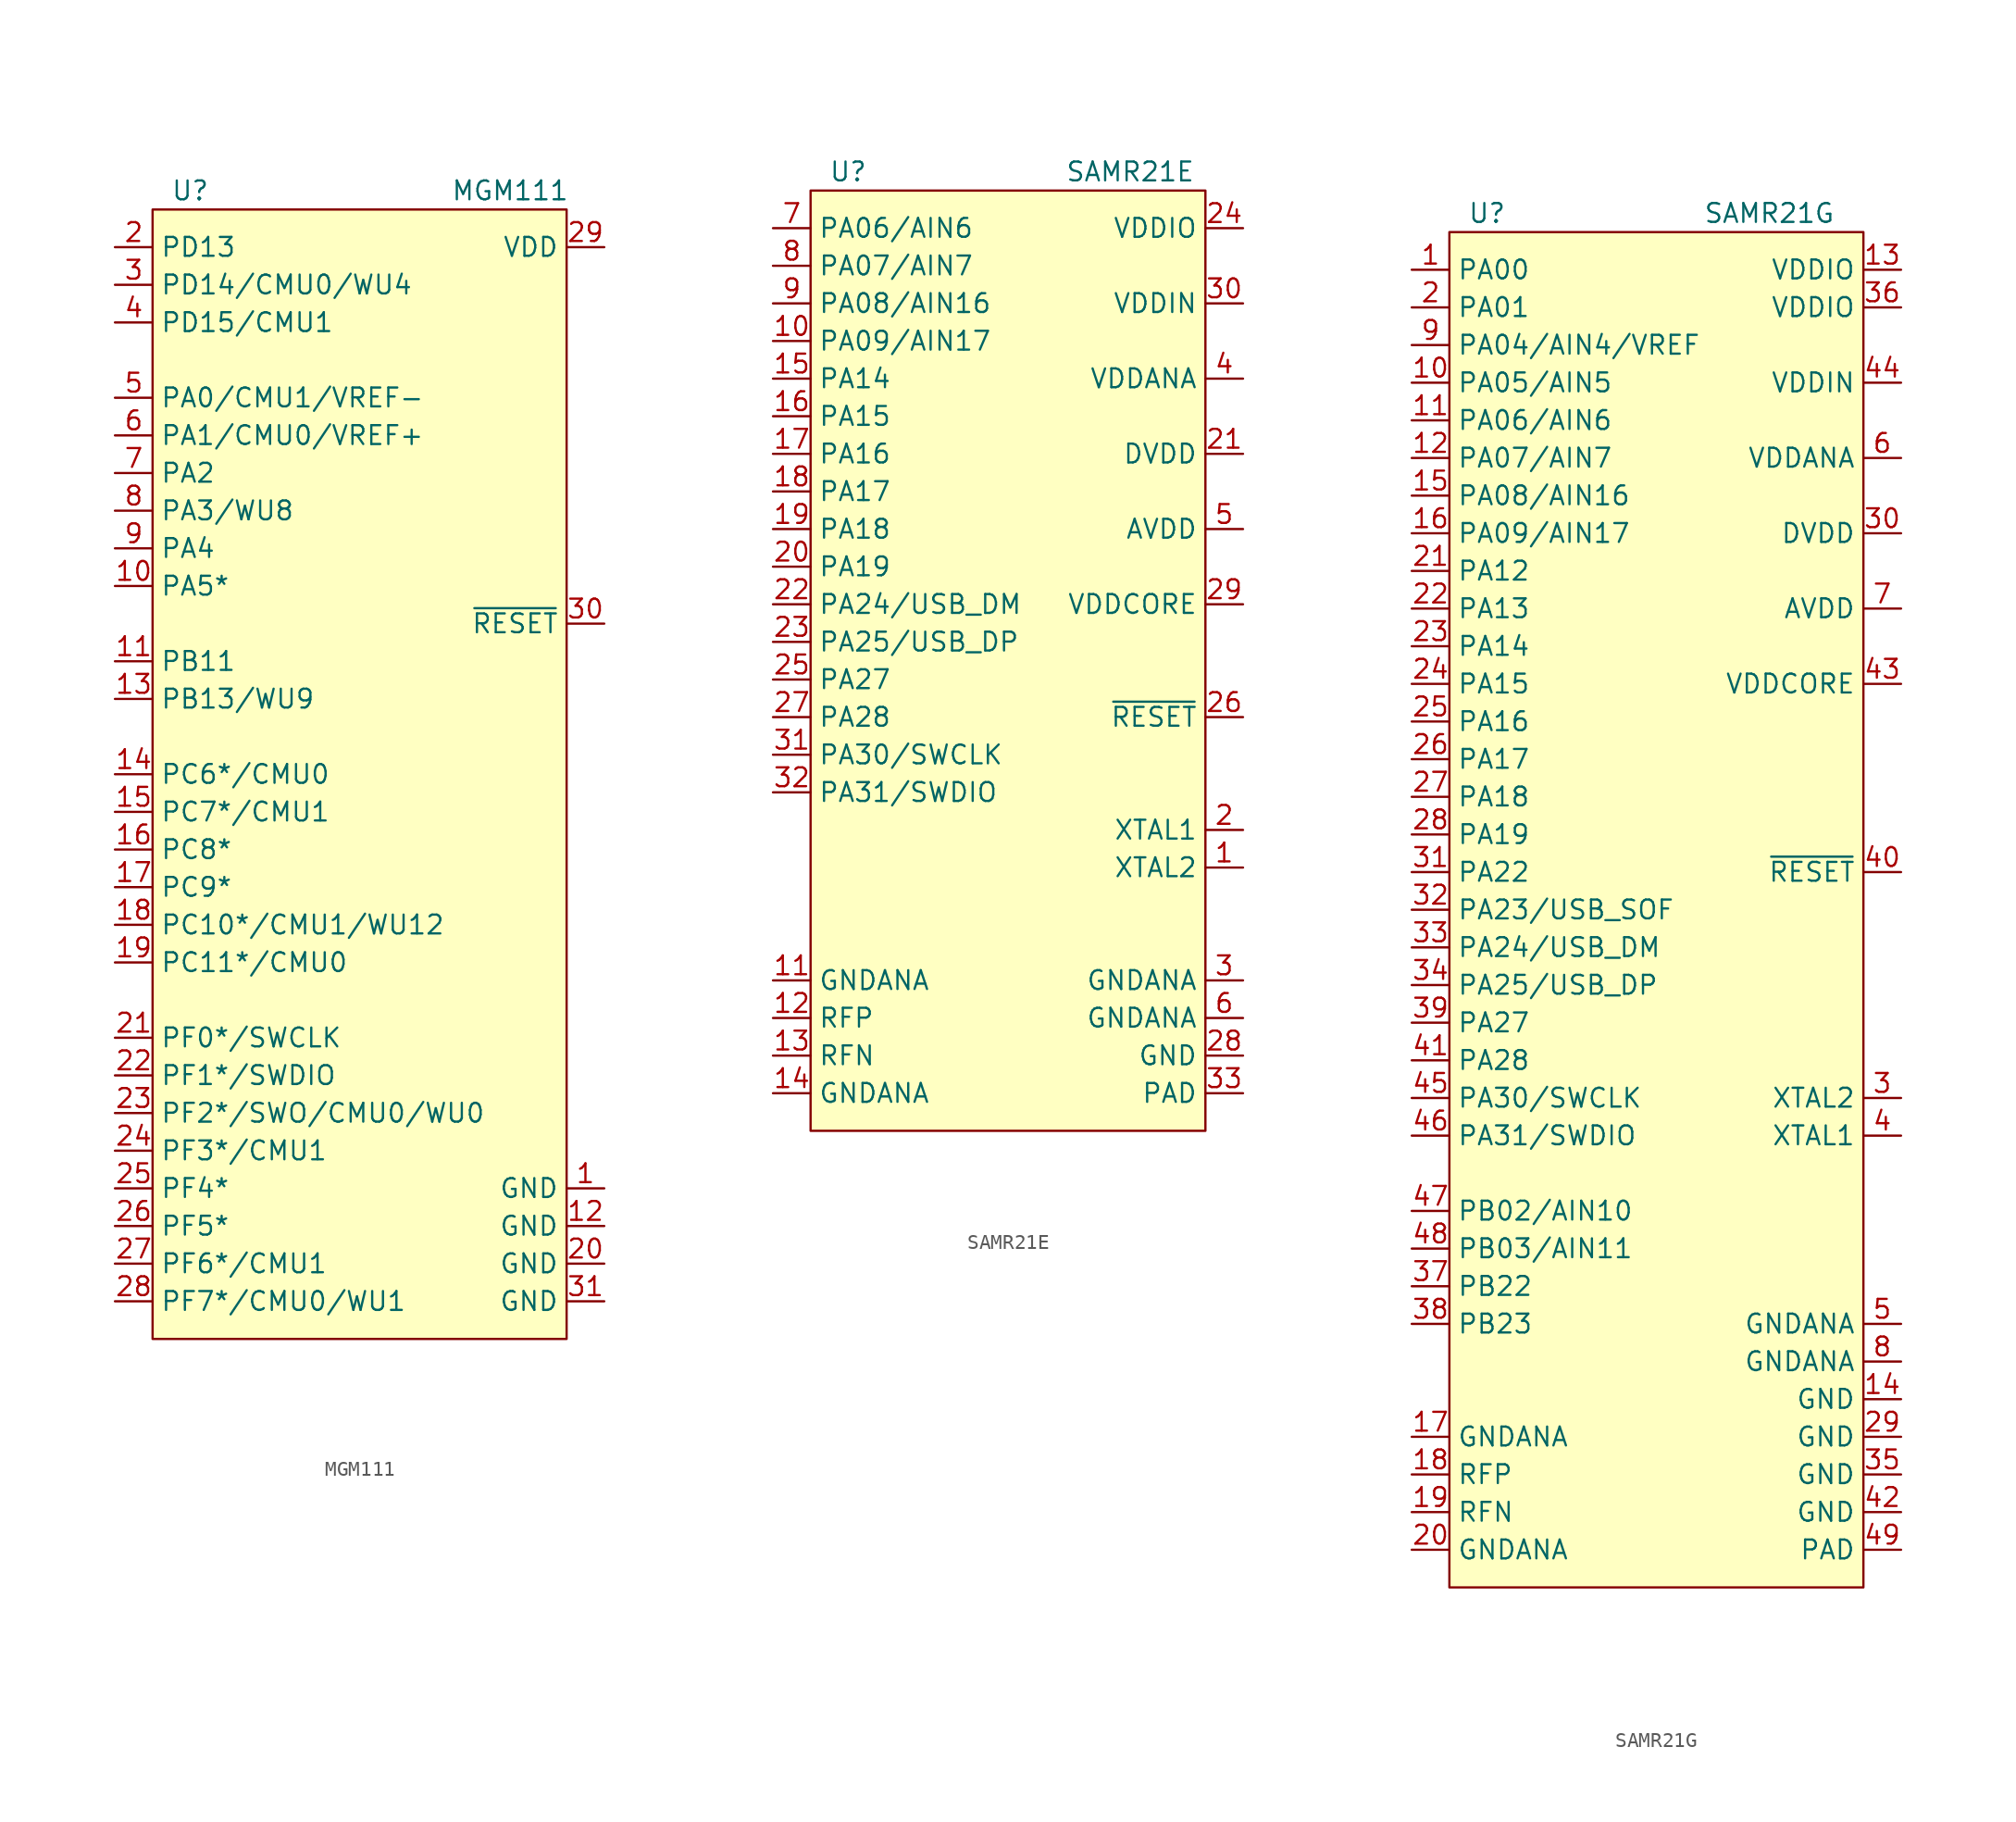
<source format=kicad_sym>
(kicad_symbol_lib
  (version 20220914)
  (generator kicad_symbol_editor)
  (symbol "MGM111"
    (property "Reference" "U"
      (at -11.43 39.37 0)
      (effects (font (size 1.27 1.27))))
    (property "Value" "MGM111"
      (at 10.16 39.37 0)
      (effects (font (size 1.27 1.27))))
    (symbol "MGM111_0_1"
      (rectangle (start -13.97 -38.1) (end 13.97 38.1) (stroke (width 0) (type default)) (fill (type background))))
    (symbol "MGM111_1_1"
      (pin power_in line (at 16.51 -27.94 180) (length 2.54) (name "GND" (effects (font (size 1.27 1.27)))) (number "1" (effects (font (size 1.27 1.27)))))
      (pin bidirectional line (at -16.51 12.7 0) (length 2.54) (name "PA5*" (effects (font (size 1.27 1.27)))) (number "10" (effects (font (size 1.27 1.27)))))
      (pin bidirectional line (at -16.51 7.62 0) (length 2.54) (name "PB11" (effects (font (size 1.27 1.27)))) (number "11" (effects (font (size 1.27 1.27)))))
      (pin power_in line (at 16.51 -30.48 180) (length 2.54) (name "GND" (effects (font (size 1.27 1.27)))) (number "12" (effects (font (size 1.27 1.27)))))
      (pin bidirectional line (at -16.51 5.08 0) (length 2.54) (name "PB13/WU9" (effects (font (size 1.27 1.27)))) (number "13" (effects (font (size 1.27 1.27)))))
      (pin bidirectional line (at -16.51 0 0) (length 2.54) (name "PC6*/CMU0" (effects (font (size 1.27 1.27)))) (number "14" (effects (font (size 1.27 1.27)))))
      (pin bidirectional line (at -16.51 -2.54 0) (length 2.54) (name "PC7*/CMU1" (effects (font (size 1.27 1.27)))) (number "15" (effects (font (size 1.27 1.27)))))
      (pin bidirectional line (at -16.51 -5.08 0) (length 2.54) (name "PC8*" (effects (font (size 1.27 1.27)))) (number "16" (effects (font (size 1.27 1.27)))))
      (pin bidirectional line (at -16.51 -7.62 0) (length 2.54) (name "PC9*" (effects (font (size 1.27 1.27)))) (number "17" (effects (font (size 1.27 1.27)))))
      (pin bidirectional line (at -16.51 -10.16 0) (length 2.54) (name "PC10*/CMU1/WU12" (effects (font (size 1.27 1.27)))) (number "18" (effects (font (size 1.27 1.27)))))
      (pin bidirectional line (at -16.51 -12.7 0) (length 2.54) (name "PC11*/CMU0" (effects (font (size 1.27 1.27)))) (number "19" (effects (font (size 1.27 1.27)))))
      (pin bidirectional line (at -16.51 35.56 0) (length 2.54) (name "PD13" (effects (font (size 1.27 1.27)))) (number "2" (effects (font (size 1.27 1.27)))))
      (pin power_in line (at 16.51 -33.02 180) (length 2.54) (name "GND" (effects (font (size 1.27 1.27)))) (number "20" (effects (font (size 1.27 1.27)))))
      (pin bidirectional line (at -16.51 -17.78 0) (length 2.54) (name "PF0*/SWCLK" (effects (font (size 1.27 1.27)))) (number "21" (effects (font (size 1.27 1.27)))))
      (pin bidirectional line (at -16.51 -20.32 0) (length 2.54) (name "PF1*/SWDIO" (effects (font (size 1.27 1.27)))) (number "22" (effects (font (size 1.27 1.27)))))
      (pin bidirectional line (at -16.51 -22.86 0) (length 2.54) (name "PF2*/SWO/CMU0/WU0" (effects (font (size 1.27 1.27)))) (number "23" (effects (font (size 1.27 1.27)))))
      (pin bidirectional line (at -16.51 -25.4 0) (length 2.54) (name "PF3*/CMU1" (effects (font (size 1.27 1.27)))) (number "24" (effects (font (size 1.27 1.27)))))
      (pin bidirectional line (at -16.51 -27.94 0) (length 2.54) (name "PF4*" (effects (font (size 1.27 1.27)))) (number "25" (effects (font (size 1.27 1.27)))))
      (pin bidirectional line (at -16.51 -30.48 0) (length 2.54) (name "PF5*" (effects (font (size 1.27 1.27)))) (number "26" (effects (font (size 1.27 1.27)))))
      (pin bidirectional line (at -16.51 -33.02 0) (length 2.54) (name "PF6*/CMU1" (effects (font (size 1.27 1.27)))) (number "27" (effects (font (size 1.27 1.27)))))
      (pin bidirectional line (at -16.51 -35.56 0) (length 2.54) (name "PF7*/CMU0/WU1" (effects (font (size 1.27 1.27)))) (number "28" (effects (font (size 1.27 1.27)))))
      (pin power_in line (at 16.51 35.56 180) (length 2.54) (name "VDD" (effects (font (size 1.27 1.27)))) (number "29" (effects (font (size 1.27 1.27)))))
      (pin bidirectional line (at -16.51 33.02 0) (length 2.54) (name "PD14/CMU0/WU4" (effects (font (size 1.27 1.27)))) (number "3" (effects (font (size 1.27 1.27)))))
      (pin input line (at 16.51 10.16 180) (length 2.54) (name "~{RESET}" (effects (font (size 1.27 1.27)))) (number "30" (effects (font (size 1.27 1.27)))))
      (pin power_in line (at 16.51 -35.56 180) (length 2.54) (name "GND" (effects (font (size 1.27 1.27)))) (number "31" (effects (font (size 1.27 1.27)))))
      (pin bidirectional line (at -16.51 30.48 0) (length 2.54) (name "PD15/CMU1" (effects (font (size 1.27 1.27)))) (number "4" (effects (font (size 1.27 1.27)))))
      (pin bidirectional line (at -16.51 25.4 0) (length 2.54) (name "PA0/CMU1/VREF-" (effects (font (size 1.27 1.27)))) (number "5" (effects (font (size 1.27 1.27)))))
      (pin bidirectional line (at -16.51 22.86 0) (length 2.54) (name "PA1/CMU0/VREF+" (effects (font (size 1.27 1.27)))) (number "6" (effects (font (size 1.27 1.27)))))
      (pin bidirectional line (at -16.51 20.32 0) (length 2.54) (name "PA2" (effects (font (size 1.27 1.27)))) (number "7" (effects (font (size 1.27 1.27)))))
      (pin bidirectional line (at -16.51 17.78 0) (length 2.54) (name "PA3/WU8" (effects (font (size 1.27 1.27)))) (number "8" (effects (font (size 1.27 1.27)))))
      (pin bidirectional line (at -16.51 15.24 0) (length 2.54) (name "PA4" (effects (font (size 1.27 1.27)))) (number "9" (effects (font (size 1.27 1.27)))))))
  (symbol "SAMR21E"
    (property "Reference" "U"
      (at -10.16 26.67 0)
      (effects (font (size 1.27 1.27))))
    (property "Value" "SAMR21E"
      (at 8.89 26.67 0)
      (effects (font (size 1.27 1.27))))
    (symbol "SAMR21E_0_1"
      (rectangle (start -12.7 -38.1) (end 13.97 25.4) (stroke (width 0) (type default)) (fill (type background))))
    (symbol "SAMR21E_1_1"
      (pin output line (at 16.51 -20.32 180) (length 2.54) (name "XTAL2" (effects (font (size 1.27 1.27)))) (number "1" (effects (font (size 1.27 1.27)))))
      (pin bidirectional line (at -15.24 15.24 0) (length 2.54) (name "PA09/AIN17" (effects (font (size 1.27 1.27)))) (number "10" (effects (font (size 1.27 1.27)))))
      (pin power_in line (at -15.24 -27.94 0) (length 2.54) (name "GNDANA" (effects (font (size 1.27 1.27)))) (number "11" (effects (font (size 1.27 1.27)))))
      (pin bidirectional line (at -15.24 -30.48 0) (length 2.54) (name "RFP" (effects (font (size 1.27 1.27)))) (number "12" (effects (font (size 1.27 1.27)))))
      (pin bidirectional line (at -15.24 -33.02 0) (length 2.54) (name "RFN" (effects (font (size 1.27 1.27)))) (number "13" (effects (font (size 1.27 1.27)))))
      (pin power_in line (at -15.24 -35.56 0) (length 2.54) (name "GNDANA" (effects (font (size 1.27 1.27)))) (number "14" (effects (font (size 1.27 1.27)))))
      (pin bidirectional line (at -15.24 12.7 0) (length 2.54) (name "PA14" (effects (font (size 1.27 1.27)))) (number "15" (effects (font (size 1.27 1.27)))))
      (pin bidirectional line (at -15.24 10.16 0) (length 2.54) (name "PA15" (effects (font (size 1.27 1.27)))) (number "16" (effects (font (size 1.27 1.27)))))
      (pin bidirectional line (at -15.24 7.62 0) (length 2.54) (name "PA16" (effects (font (size 1.27 1.27)))) (number "17" (effects (font (size 1.27 1.27)))))
      (pin bidirectional line (at -15.24 5.08 0) (length 2.54) (name "PA17" (effects (font (size 1.27 1.27)))) (number "18" (effects (font (size 1.27 1.27)))))
      (pin bidirectional line (at -15.24 2.54 0) (length 2.54) (name "PA18" (effects (font (size 1.27 1.27)))) (number "19" (effects (font (size 1.27 1.27)))))
      (pin input line (at 16.51 -17.78 180) (length 2.54) (name "XTAL1" (effects (font (size 1.27 1.27)))) (number "2" (effects (font (size 1.27 1.27)))))
      (pin bidirectional line (at -15.24 0 0) (length 2.54) (name "PA19" (effects (font (size 1.27 1.27)))) (number "20" (effects (font (size 1.27 1.27)))))
      (pin power_out line (at 16.51 7.62 180) (length 2.54) (name "DVDD" (effects (font (size 1.27 1.27)))) (number "21" (effects (font (size 1.27 1.27)))))
      (pin bidirectional line (at -15.24 -2.54 0) (length 2.54) (name "PA24/USB_DM" (effects (font (size 1.27 1.27)))) (number "22" (effects (font (size 1.27 1.27)))))
      (pin bidirectional line (at -15.24 -5.08 0) (length 2.54) (name "PA25/USB_DP" (effects (font (size 1.27 1.27)))) (number "23" (effects (font (size 1.27 1.27)))))
      (pin power_in line (at 16.51 22.86 180) (length 2.54) (name "VDDIO" (effects (font (size 1.27 1.27)))) (number "24" (effects (font (size 1.27 1.27)))))
      (pin bidirectional line (at -15.24 -7.62 0) (length 2.54) (name "PA27" (effects (font (size 1.27 1.27)))) (number "25" (effects (font (size 1.27 1.27)))))
      (pin input line (at 16.51 -10.16 180) (length 2.54) (name "~{RESET}" (effects (font (size 1.27 1.27)))) (number "26" (effects (font (size 1.27 1.27)))))
      (pin bidirectional line (at -15.24 -10.16 0) (length 2.54) (name "PA28" (effects (font (size 1.27 1.27)))) (number "27" (effects (font (size 1.27 1.27)))))
      (pin power_in line (at 16.51 -33.02 180) (length 2.54) (name "GND" (effects (font (size 1.27 1.27)))) (number "28" (effects (font (size 1.27 1.27)))))
      (pin power_out line (at 16.51 -2.54 180) (length 2.54) (name "VDDCORE" (effects (font (size 1.27 1.27)))) (number "29" (effects (font (size 1.27 1.27)))))
      (pin power_in line (at 16.51 -27.94 180) (length 2.54) (name "GNDANA" (effects (font (size 1.27 1.27)))) (number "3" (effects (font (size 1.27 1.27)))))
      (pin power_in line (at 16.51 17.78 180) (length 2.54) (name "VDDIN" (effects (font (size 1.27 1.27)))) (number "30" (effects (font (size 1.27 1.27)))))
      (pin bidirectional line (at -15.24 -12.7 0) (length 2.54) (name "PA30/SWCLK" (effects (font (size 1.27 1.27)))) (number "31" (effects (font (size 1.27 1.27)))))
      (pin bidirectional line (at -15.24 -15.24 0) (length 2.54) (name "PA31/SWDIO" (effects (font (size 1.27 1.27)))) (number "32" (effects (font (size 1.27 1.27)))))
      (pin power_in line (at 16.51 -35.56 180) (length 2.54) (name "PAD" (effects (font (size 1.27 1.27)))) (number "33" (effects (font (size 1.27 1.27)))))
      (pin power_in line (at 16.51 12.7 180) (length 2.54) (name "VDDANA" (effects (font (size 1.27 1.27)))) (number "4" (effects (font (size 1.27 1.27)))))
      (pin power_out line (at 16.51 2.54 180) (length 2.54) (name "AVDD" (effects (font (size 1.27 1.27)))) (number "5" (effects (font (size 1.27 1.27)))))
      (pin power_in line (at 16.51 -30.48 180) (length 2.54) (name "GNDANA" (effects (font (size 1.27 1.27)))) (number "6" (effects (font (size 1.27 1.27)))))
      (pin bidirectional line (at -15.24 22.86 0) (length 2.54) (name "PA06/AIN6" (effects (font (size 1.27 1.27)))) (number "7" (effects (font (size 1.27 1.27)))))
      (pin bidirectional line (at -15.24 20.32 0) (length 2.54) (name "PA07/AIN7" (effects (font (size 1.27 1.27)))) (number "8" (effects (font (size 1.27 1.27)))))
      (pin bidirectional line (at -15.24 17.78 0) (length 2.54) (name "PA08/AIN16" (effects (font (size 1.27 1.27)))) (number "9" (effects (font (size 1.27 1.27)))))))
  (symbol "SAMR21G"
    (property "Reference" "U"
      (at -10.16 44.45 0)
      (effects (font (size 1.27 1.27))))
    (property "Value" "SAMR21G"
      (at 8.89 44.45 0)
      (effects (font (size 1.27 1.27))))
    (symbol "SAMR21G_0_1"
      (rectangle (start -12.7 -48.26) (end 15.24 43.18) (stroke (width 0) (type default)) (fill (type background))))
    (symbol "SAMR21G_1_1"
      (pin bidirectional line (at -15.24 40.64 0) (length 2.54) (name "PA00" (effects (font (size 1.27 1.27)))) (number "1" (effects (font (size 1.27 1.27)))))
      (pin bidirectional line (at -15.24 33.02 0) (length 2.54) (name "PA05/AIN5" (effects (font (size 1.27 1.27)))) (number "10" (effects (font (size 1.27 1.27)))))
      (pin bidirectional line (at -15.24 30.48 0) (length 2.54) (name "PA06/AIN6" (effects (font (size 1.27 1.27)))) (number "11" (effects (font (size 1.27 1.27)))))
      (pin bidirectional line (at -15.24 27.94 0) (length 2.54) (name "PA07/AIN7" (effects (font (size 1.27 1.27)))) (number "12" (effects (font (size 1.27 1.27)))))
      (pin power_in line (at 17.78 40.64 180) (length 2.54) (name "VDDIO" (effects (font (size 1.27 1.27)))) (number "13" (effects (font (size 1.27 1.27)))))
      (pin power_in line (at 17.78 -35.56 180) (length 2.54) (name "GND" (effects (font (size 1.27 1.27)))) (number "14" (effects (font (size 1.27 1.27)))))
      (pin bidirectional line (at -15.24 25.4 0) (length 2.54) (name "PA08/AIN16" (effects (font (size 1.27 1.27)))) (number "15" (effects (font (size 1.27 1.27)))))
      (pin bidirectional line (at -15.24 22.86 0) (length 2.54) (name "PA09/AIN17" (effects (font (size 1.27 1.27)))) (number "16" (effects (font (size 1.27 1.27)))))
      (pin power_in line (at -15.24 -38.1 0) (length 2.54) (name "GNDANA" (effects (font (size 1.27 1.27)))) (number "17" (effects (font (size 1.27 1.27)))))
      (pin bidirectional line (at -15.24 -40.64 0) (length 2.54) (name "RFP" (effects (font (size 1.27 1.27)))) (number "18" (effects (font (size 1.27 1.27)))))
      (pin bidirectional line (at -15.24 -43.18 0) (length 2.54) (name "RFN" (effects (font (size 1.27 1.27)))) (number "19" (effects (font (size 1.27 1.27)))))
      (pin bidirectional line (at -15.24 38.1 0) (length 2.54) (name "PA01" (effects (font (size 1.27 1.27)))) (number "2" (effects (font (size 1.27 1.27)))))
      (pin power_in line (at -15.24 -45.72 0) (length 2.54) (name "GNDANA" (effects (font (size 1.27 1.27)))) (number "20" (effects (font (size 1.27 1.27)))))
      (pin bidirectional line (at -15.24 20.32 0) (length 2.54) (name "PA12" (effects (font (size 1.27 1.27)))) (number "21" (effects (font (size 1.27 1.27)))))
      (pin bidirectional line (at -15.24 17.78 0) (length 2.54) (name "PA13" (effects (font (size 1.27 1.27)))) (number "22" (effects (font (size 1.27 1.27)))))
      (pin bidirectional line (at -15.24 15.24 0) (length 2.54) (name "PA14" (effects (font (size 1.27 1.27)))) (number "23" (effects (font (size 1.27 1.27)))))
      (pin bidirectional line (at -15.24 12.7 0) (length 2.54) (name "PA15" (effects (font (size 1.27 1.27)))) (number "24" (effects (font (size 1.27 1.27)))))
      (pin bidirectional line (at -15.24 10.16 0) (length 2.54) (name "PA16" (effects (font (size 1.27 1.27)))) (number "25" (effects (font (size 1.27 1.27)))))
      (pin bidirectional line (at -15.24 7.62 0) (length 2.54) (name "PA17" (effects (font (size 1.27 1.27)))) (number "26" (effects (font (size 1.27 1.27)))))
      (pin bidirectional line (at -15.24 5.08 0) (length 2.54) (name "PA18" (effects (font (size 1.27 1.27)))) (number "27" (effects (font (size 1.27 1.27)))))
      (pin bidirectional line (at -15.24 2.54 0) (length 2.54) (name "PA19" (effects (font (size 1.27 1.27)))) (number "28" (effects (font (size 1.27 1.27)))))
      (pin power_in line (at 17.78 -38.1 180) (length 2.54) (name "GND" (effects (font (size 1.27 1.27)))) (number "29" (effects (font (size 1.27 1.27)))))
      (pin output line (at 17.78 -15.24 180) (length 2.54) (name "XTAL2" (effects (font (size 1.27 1.27)))) (number "3" (effects (font (size 1.27 1.27)))))
      (pin power_out line (at 17.78 22.86 180) (length 2.54) (name "DVDD" (effects (font (size 1.27 1.27)))) (number "30" (effects (font (size 1.27 1.27)))))
      (pin bidirectional line (at -15.24 0 0) (length 2.54) (name "PA22" (effects (font (size 1.27 1.27)))) (number "31" (effects (font (size 1.27 1.27)))))
      (pin bidirectional line (at -15.24 -2.54 0) (length 2.54) (name "PA23/USB_SOF" (effects (font (size 1.27 1.27)))) (number "32" (effects (font (size 1.27 1.27)))))
      (pin bidirectional line (at -15.24 -5.08 0) (length 2.54) (name "PA24/USB_DM" (effects (font (size 1.27 1.27)))) (number "33" (effects (font (size 1.27 1.27)))))
      (pin bidirectional line (at -15.24 -7.62 0) (length 2.54) (name "PA25/USB_DP" (effects (font (size 1.27 1.27)))) (number "34" (effects (font (size 1.27 1.27)))))
      (pin power_in line (at 17.78 -40.64 180) (length 2.54) (name "GND" (effects (font (size 1.27 1.27)))) (number "35" (effects (font (size 1.27 1.27)))))
      (pin power_in line (at 17.78 38.1 180) (length 2.54) (name "VDDIO" (effects (font (size 1.27 1.27)))) (number "36" (effects (font (size 1.27 1.27)))))
      (pin bidirectional line (at -15.24 -27.94 0) (length 2.54) (name "PB22" (effects (font (size 1.27 1.27)))) (number "37" (effects (font (size 1.27 1.27)))))
      (pin bidirectional line (at -15.24 -30.48 0) (length 2.54) (name "PB23" (effects (font (size 1.27 1.27)))) (number "38" (effects (font (size 1.27 1.27)))))
      (pin bidirectional line (at -15.24 -10.16 0) (length 2.54) (name "PA27" (effects (font (size 1.27 1.27)))) (number "39" (effects (font (size 1.27 1.27)))))
      (pin input line (at 17.78 -17.78 180) (length 2.54) (name "XTAL1" (effects (font (size 1.27 1.27)))) (number "4" (effects (font (size 1.27 1.27)))))
      (pin input line (at 17.78 0 180) (length 2.54) (name "~{RESET}" (effects (font (size 1.27 1.27)))) (number "40" (effects (font (size 1.27 1.27)))))
      (pin bidirectional line (at -15.24 -12.7 0) (length 2.54) (name "PA28" (effects (font (size 1.27 1.27)))) (number "41" (effects (font (size 1.27 1.27)))))
      (pin power_in line (at 17.78 -43.18 180) (length 2.54) (name "GND" (effects (font (size 1.27 1.27)))) (number "42" (effects (font (size 1.27 1.27)))))
      (pin power_out line (at 17.78 12.7 180) (length 2.54) (name "VDDCORE" (effects (font (size 1.27 1.27)))) (number "43" (effects (font (size 1.27 1.27)))))
      (pin power_in line (at 17.78 33.02 180) (length 2.54) (name "VDDIN" (effects (font (size 1.27 1.27)))) (number "44" (effects (font (size 1.27 1.27)))))
      (pin bidirectional line (at -15.24 -15.24 0) (length 2.54) (name "PA30/SWCLK" (effects (font (size 1.27 1.27)))) (number "45" (effects (font (size 1.27 1.27)))))
      (pin bidirectional line (at -15.24 -17.78 0) (length 2.54) (name "PA31/SWDIO" (effects (font (size 1.27 1.27)))) (number "46" (effects (font (size 1.27 1.27)))))
      (pin bidirectional line (at -15.24 -22.86 0) (length 2.54) (name "PB02/AIN10" (effects (font (size 1.27 1.27)))) (number "47" (effects (font (size 1.27 1.27)))))
      (pin bidirectional line (at -15.24 -25.4 0) (length 2.54) (name "PB03/AIN11" (effects (font (size 1.27 1.27)))) (number "48" (effects (font (size 1.27 1.27)))))
      (pin power_in line (at 17.78 -45.72 180) (length 2.54) (name "PAD" (effects (font (size 1.27 1.27)))) (number "49" (effects (font (size 1.27 1.27)))))
      (pin power_in line (at 17.78 -30.48 180) (length 2.54) (name "GNDANA" (effects (font (size 1.27 1.27)))) (number "5" (effects (font (size 1.27 1.27)))))
      (pin power_in line (at 17.78 27.94 180) (length 2.54) (name "VDDANA" (effects (font (size 1.27 1.27)))) (number "6" (effects (font (size 1.27 1.27)))))
      (pin power_out line (at 17.78 17.78 180) (length 2.54) (name "AVDD" (effects (font (size 1.27 1.27)))) (number "7" (effects (font (size 1.27 1.27)))))
      (pin power_in line (at 17.78 -33.02 180) (length 2.54) (name "GNDANA" (effects (font (size 1.27 1.27)))) (number "8" (effects (font (size 1.27 1.27)))))
      (pin bidirectional line (at -15.24 35.56 0) (length 2.54) (name "PA04/AIN4/VREF" (effects (font (size 1.27 1.27)))) (number "9" (effects (font (size 1.27 1.27))))))))
</source>
